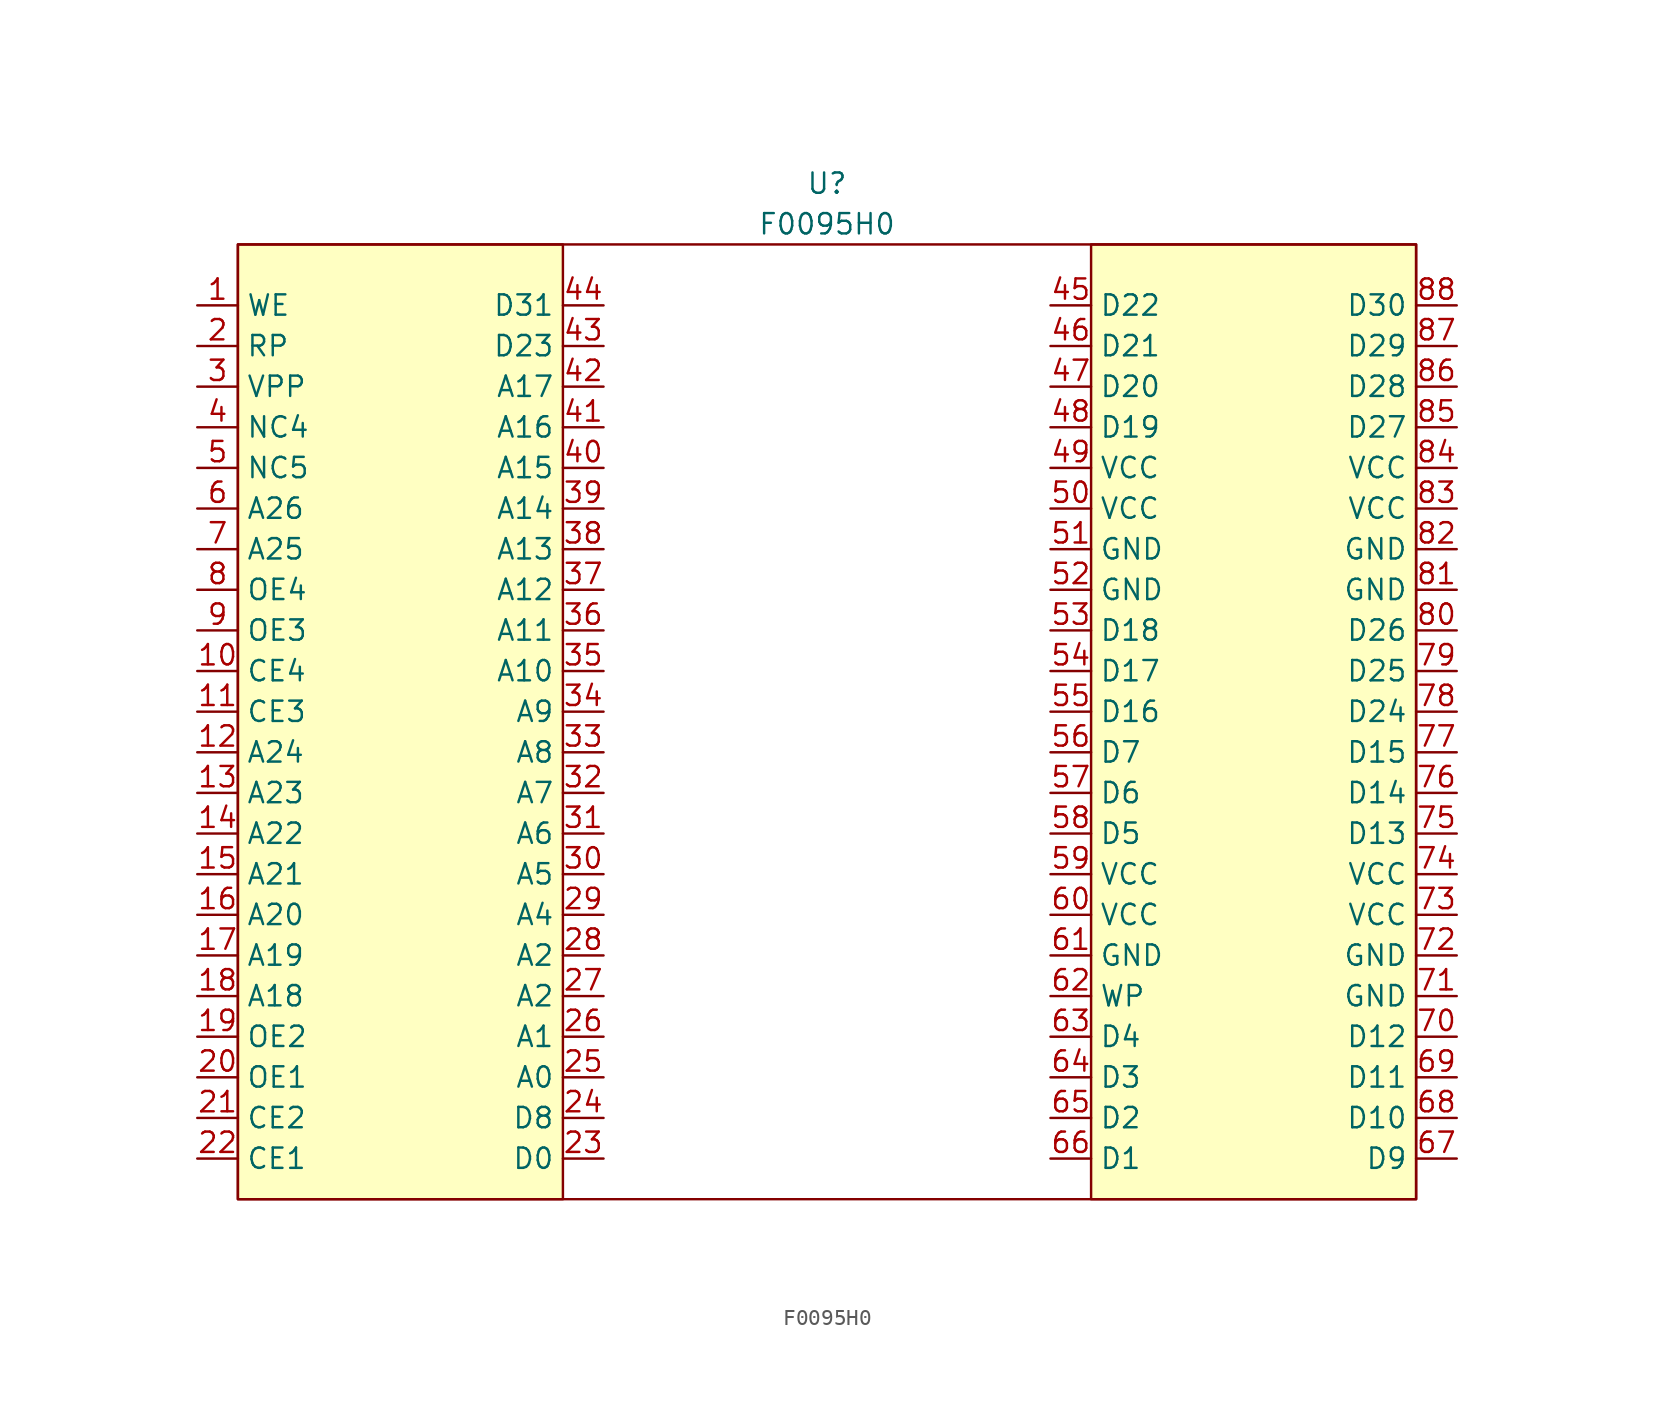
<source format=kicad_sym>
(kicad_symbol_lib
  (version 20220914)
  (generator kicad_symbol_editor)
  (symbol "F0095H0"
    (property "Reference" "U"
      (at 0 34.29 0)
      (effects (font (size 1.27 1.27))))
    (property "Value" "F0095H0"
      (at 0 31.75 0)
      (effects (font (size 1.27 1.27))))
    (symbol "F0095H0_0_0"
      (pin input line (at -39.37 26.67 0) (length 2.54) (name "WE" (effects (font (size 1.27 1.27)))) (number "1" (effects (font (size 1.27 1.27)))))
      (pin input line (at -39.37 3.81 0) (length 2.54) (name "CE4" (effects (font (size 1.27 1.27)))) (number "10" (effects (font (size 1.27 1.27)))))
      (pin input line (at -39.37 1.27 0) (length 2.54) (name "CE3" (effects (font (size 1.27 1.27)))) (number "11" (effects (font (size 1.27 1.27)))))
      (pin input line (at -39.37 -1.27 0) (length 2.54) (name "A24" (effects (font (size 1.27 1.27)))) (number "12" (effects (font (size 1.27 1.27)))))
      (pin input line (at -39.37 -3.81 0) (length 2.54) (name "A23" (effects (font (size 1.27 1.27)))) (number "13" (effects (font (size 1.27 1.27)))))
      (pin input line (at -39.37 -6.35 0) (length 2.54) (name "A22" (effects (font (size 1.27 1.27)))) (number "14" (effects (font (size 1.27 1.27)))))
      (pin input line (at -39.37 -8.89 0) (length 2.54) (name "A21" (effects (font (size 1.27 1.27)))) (number "15" (effects (font (size 1.27 1.27)))))
      (pin input line (at -39.37 -11.43 0) (length 2.54) (name "A20" (effects (font (size 1.27 1.27)))) (number "16" (effects (font (size 1.27 1.27)))))
      (pin input line (at -39.37 -13.97 0) (length 2.54) (name "A19" (effects (font (size 1.27 1.27)))) (number "17" (effects (font (size 1.27 1.27)))))
      (pin input line (at -39.37 -16.51 0) (length 2.54) (name "A18" (effects (font (size 1.27 1.27)))) (number "18" (effects (font (size 1.27 1.27)))))
      (pin input line (at -39.37 -19.05 0) (length 2.54) (name "OE2" (effects (font (size 1.27 1.27)))) (number "19" (effects (font (size 1.27 1.27)))))
      (pin input line (at -39.37 24.13 0) (length 2.54) (name "RP" (effects (font (size 1.27 1.27)))) (number "2" (effects (font (size 1.27 1.27)))))
      (pin input line (at -39.37 -21.59 0) (length 2.54) (name "OE1" (effects (font (size 1.27 1.27)))) (number "20" (effects (font (size 1.27 1.27)))))
      (pin input line (at -39.37 -24.13 0) (length 2.54) (name "CE2" (effects (font (size 1.27 1.27)))) (number "21" (effects (font (size 1.27 1.27)))))
      (pin input line (at -39.37 -26.67 0) (length 2.54) (name "CE1" (effects (font (size 1.27 1.27)))) (number "22" (effects (font (size 1.27 1.27)))))
      (pin input line (at -13.97 -26.67 180) (length 2.54) (name "D0" (effects (font (size 1.27 1.27)))) (number "23" (effects (font (size 1.27 1.27)))))
      (pin input line (at -13.97 -24.13 180) (length 2.54) (name "D8" (effects (font (size 1.27 1.27)))) (number "24" (effects (font (size 1.27 1.27)))))
      (pin input line (at -13.97 -21.59 180) (length 2.54) (name "A0" (effects (font (size 1.27 1.27)))) (number "25" (effects (font (size 1.27 1.27)))))
      (pin input line (at -13.97 -19.05 180) (length 2.54) (name "A1" (effects (font (size 1.27 1.27)))) (number "26" (effects (font (size 1.27 1.27)))))
      (pin input line (at -13.97 -16.51 180) (length 2.54) (name "A2" (effects (font (size 1.27 1.27)))) (number "27" (effects (font (size 1.27 1.27)))))
      (pin input line (at -13.97 -13.97 180) (length 2.54) (name "A2" (effects (font (size 1.27 1.27)))) (number "28" (effects (font (size 1.27 1.27)))))
      (pin input line (at -13.97 -11.43 180) (length 2.54) (name "A4" (effects (font (size 1.27 1.27)))) (number "29" (effects (font (size 1.27 1.27)))))
      (pin input line (at -39.37 21.59 0) (length 2.54) (name "VPP" (effects (font (size 1.27 1.27)))) (number "3" (effects (font (size 1.27 1.27)))))
      (pin input line (at -13.97 -8.89 180) (length 2.54) (name "A5" (effects (font (size 1.27 1.27)))) (number "30" (effects (font (size 1.27 1.27)))))
      (pin input line (at -13.97 -6.35 180) (length 2.54) (name "A6" (effects (font (size 1.27 1.27)))) (number "31" (effects (font (size 1.27 1.27)))))
      (pin input line (at -13.97 -3.81 180) (length 2.54) (name "A7" (effects (font (size 1.27 1.27)))) (number "32" (effects (font (size 1.27 1.27)))))
      (pin input line (at -13.97 -1.27 180) (length 2.54) (name "A8" (effects (font (size 1.27 1.27)))) (number "33" (effects (font (size 1.27 1.27)))))
      (pin input line (at -13.97 1.27 180) (length 2.54) (name "A9" (effects (font (size 1.27 1.27)))) (number "34" (effects (font (size 1.27 1.27)))))
      (pin input line (at -13.97 3.81 180) (length 2.54) (name "A10" (effects (font (size 1.27 1.27)))) (number "35" (effects (font (size 1.27 1.27)))))
      (pin input line (at -13.97 6.35 180) (length 2.54) (name "A11" (effects (font (size 1.27 1.27)))) (number "36" (effects (font (size 1.27 1.27)))))
      (pin input line (at -13.97 8.89 180) (length 2.54) (name "A12" (effects (font (size 1.27 1.27)))) (number "37" (effects (font (size 1.27 1.27)))))
      (pin input line (at -13.97 11.43 180) (length 2.54) (name "A13" (effects (font (size 1.27 1.27)))) (number "38" (effects (font (size 1.27 1.27)))))
      (pin input line (at -13.97 13.97 180) (length 2.54) (name "A14" (effects (font (size 1.27 1.27)))) (number "39" (effects (font (size 1.27 1.27)))))
      (pin input line (at -13.97 16.51 180) (length 2.54) (name "A15" (effects (font (size 1.27 1.27)))) (number "40" (effects (font (size 1.27 1.27)))))
      (pin input line (at -13.97 19.05 180) (length 2.54) (name "A16" (effects (font (size 1.27 1.27)))) (number "41" (effects (font (size 1.27 1.27)))))
      (pin input line (at -13.97 21.59 180) (length 2.54) (name "A17" (effects (font (size 1.27 1.27)))) (number "42" (effects (font (size 1.27 1.27)))))
      (pin bidirectional line (at -13.97 24.13 180) (length 2.54) (name "D23" (effects (font (size 1.27 1.27)))) (number "43" (effects (font (size 1.27 1.27)))))
      (pin bidirectional line (at -13.97 26.67 180) (length 2.54) (name "D31" (effects (font (size 1.27 1.27)))) (number "44" (effects (font (size 1.27 1.27)))))
      (pin bidirectional line (at 13.97 26.67 0) (length 2.54) (name "D22" (effects (font (size 1.27 1.27)))) (number "45" (effects (font (size 1.27 1.27)))))
      (pin bidirectional line (at 13.97 24.13 0) (length 2.54) (name "D21" (effects (font (size 1.27 1.27)))) (number "46" (effects (font (size 1.27 1.27)))))
      (pin bidirectional line (at 13.97 21.59 0) (length 2.54) (name "D20" (effects (font (size 1.27 1.27)))) (number "47" (effects (font (size 1.27 1.27)))))
      (pin bidirectional line (at 13.97 19.05 0) (length 2.54) (name "D19" (effects (font (size 1.27 1.27)))) (number "48" (effects (font (size 1.27 1.27)))))
      (pin power_in line (at 13.97 16.51 0) (length 2.54) (name "VCC" (effects (font (size 1.27 1.27)))) (number "49" (effects (font (size 1.27 1.27)))))
      (pin power_in line (at 13.97 13.97 0) (length 2.54) (name "VCC" (effects (font (size 1.27 1.27)))) (number "50" (effects (font (size 1.27 1.27)))))
      (pin power_in line (at 13.97 11.43 0) (length 2.54) (name "GND" (effects (font (size 1.27 1.27)))) (number "51" (effects (font (size 1.27 1.27)))))
      (pin power_in line (at 13.97 8.89 0) (length 2.54) (name "GND" (effects (font (size 1.27 1.27)))) (number "52" (effects (font (size 1.27 1.27)))))
      (pin bidirectional line (at 13.97 6.35 0) (length 2.54) (name "D18" (effects (font (size 1.27 1.27)))) (number "53" (effects (font (size 1.27 1.27)))))
      (pin bidirectional line (at 13.97 3.81 0) (length 2.54) (name "D17" (effects (font (size 1.27 1.27)))) (number "54" (effects (font (size 1.27 1.27)))))
      (pin bidirectional line (at 13.97 1.27 0) (length 2.54) (name "D16" (effects (font (size 1.27 1.27)))) (number "55" (effects (font (size 1.27 1.27)))))
      (pin bidirectional line (at 13.97 -1.27 0) (length 2.54) (name "D7" (effects (font (size 1.27 1.27)))) (number "56" (effects (font (size 1.27 1.27)))))
      (pin bidirectional line (at 13.97 -3.81 0) (length 2.54) (name "D6" (effects (font (size 1.27 1.27)))) (number "57" (effects (font (size 1.27 1.27)))))
      (pin bidirectional line (at 13.97 -6.35 0) (length 2.54) (name "D5" (effects (font (size 1.27 1.27)))) (number "58" (effects (font (size 1.27 1.27)))))
      (pin power_in line (at 13.97 -8.89 0) (length 2.54) (name "VCC" (effects (font (size 1.27 1.27)))) (number "59" (effects (font (size 1.27 1.27)))))
      (pin input line (at -39.37 13.97 0) (length 2.54) (name "A26" (effects (font (size 1.27 1.27)))) (number "6" (effects (font (size 1.27 1.27)))))
      (pin power_in line (at 13.97 -11.43 0) (length 2.54) (name "VCC" (effects (font (size 1.27 1.27)))) (number "60" (effects (font (size 1.27 1.27)))))
      (pin power_in line (at 13.97 -13.97 0) (length 2.54) (name "GND" (effects (font (size 1.27 1.27)))) (number "61" (effects (font (size 1.27 1.27)))))
      (pin input line (at 13.97 -16.51 0) (length 2.54) (name "WP" (effects (font (size 1.27 1.27)))) (number "62" (effects (font (size 1.27 1.27)))))
      (pin bidirectional line (at 13.97 -19.05 0) (length 2.54) (name "D4" (effects (font (size 1.27 1.27)))) (number "63" (effects (font (size 1.27 1.27)))))
      (pin bidirectional line (at 13.97 -21.59 0) (length 2.54) (name "D3" (effects (font (size 1.27 1.27)))) (number "64" (effects (font (size 1.27 1.27)))))
      (pin bidirectional line (at 13.97 -24.13 0) (length 2.54) (name "D2" (effects (font (size 1.27 1.27)))) (number "65" (effects (font (size 1.27 1.27)))))
      (pin bidirectional line (at 13.97 -26.67 0) (length 2.54) (name "D1" (effects (font (size 1.27 1.27)))) (number "66" (effects (font (size 1.27 1.27)))))
      (pin bidirectional line (at 39.37 -26.67 180) (length 2.54) (name "D9" (effects (font (size 1.27 1.27)))) (number "67" (effects (font (size 1.27 1.27)))))
      (pin bidirectional line (at 39.37 -24.13 180) (length 2.54) (name "D10" (effects (font (size 1.27 1.27)))) (number "68" (effects (font (size 1.27 1.27)))))
      (pin bidirectional line (at 39.37 -21.59 180) (length 2.54) (name "D11" (effects (font (size 1.27 1.27)))) (number "69" (effects (font (size 1.27 1.27)))))
      (pin input line (at -39.37 11.43 0) (length 2.54) (name "A25" (effects (font (size 1.27 1.27)))) (number "7" (effects (font (size 1.27 1.27)))))
      (pin bidirectional line (at 39.37 -19.05 180) (length 2.54) (name "D12" (effects (font (size 1.27 1.27)))) (number "70" (effects (font (size 1.27 1.27)))))
      (pin power_in line (at 39.37 -16.51 180) (length 2.54) (name "GND" (effects (font (size 1.27 1.27)))) (number "71" (effects (font (size 1.27 1.27)))))
      (pin power_in line (at 39.37 -13.97 180) (length 2.54) (name "GND" (effects (font (size 1.27 1.27)))) (number "72" (effects (font (size 1.27 1.27)))))
      (pin power_in line (at 39.37 -11.43 180) (length 2.54) (name "VCC" (effects (font (size 1.27 1.27)))) (number "73" (effects (font (size 1.27 1.27)))))
      (pin power_in line (at 39.37 -8.89 180) (length 2.54) (name "VCC" (effects (font (size 1.27 1.27)))) (number "74" (effects (font (size 1.27 1.27)))))
      (pin bidirectional line (at 39.37 -6.35 180) (length 2.54) (name "D13" (effects (font (size 1.27 1.27)))) (number "75" (effects (font (size 1.27 1.27)))))
      (pin bidirectional line (at 39.37 -3.81 180) (length 2.54) (name "D14" (effects (font (size 1.27 1.27)))) (number "76" (effects (font (size 1.27 1.27)))))
      (pin bidirectional line (at 39.37 -1.27 180) (length 2.54) (name "D15" (effects (font (size 1.27 1.27)))) (number "77" (effects (font (size 1.27 1.27)))))
      (pin bidirectional line (at 39.37 1.27 180) (length 2.54) (name "D24" (effects (font (size 1.27 1.27)))) (number "78" (effects (font (size 1.27 1.27)))))
      (pin bidirectional line (at 39.37 3.81 180) (length 2.54) (name "D25" (effects (font (size 1.27 1.27)))) (number "79" (effects (font (size 1.27 1.27)))))
      (pin input line (at -39.37 8.89 0) (length 2.54) (name "OE4" (effects (font (size 1.27 1.27)))) (number "8" (effects (font (size 1.27 1.27)))))
      (pin bidirectional line (at 39.37 6.35 180) (length 2.54) (name "D26" (effects (font (size 1.27 1.27)))) (number "80" (effects (font (size 1.27 1.27)))))
      (pin power_in line (at 39.37 8.89 180) (length 2.54) (name "GND" (effects (font (size 1.27 1.27)))) (number "81" (effects (font (size 1.27 1.27)))))
      (pin power_in line (at 39.37 11.43 180) (length 2.54) (name "GND" (effects (font (size 1.27 1.27)))) (number "82" (effects (font (size 1.27 1.27)))))
      (pin power_in line (at 39.37 13.97 180) (length 2.54) (name "VCC" (effects (font (size 1.27 1.27)))) (number "83" (effects (font (size 1.27 1.27)))))
      (pin power_in line (at 39.37 16.51 180) (length 2.54) (name "VCC" (effects (font (size 1.27 1.27)))) (number "84" (effects (font (size 1.27 1.27)))))
      (pin bidirectional line (at 39.37 19.05 180) (length 2.54) (name "D27" (effects (font (size 1.27 1.27)))) (number "85" (effects (font (size 1.27 1.27)))))
      (pin bidirectional line (at 39.37 21.59 180) (length 2.54) (name "D28" (effects (font (size 1.27 1.27)))) (number "86" (effects (font (size 1.27 1.27)))))
      (pin bidirectional line (at 39.37 24.13 180) (length 2.54) (name "D29" (effects (font (size 1.27 1.27)))) (number "87" (effects (font (size 1.27 1.27)))))
      (pin bidirectional line (at 39.37 26.67 180) (length 2.54) (name "D30" (effects (font (size 1.27 1.27)))) (number "88" (effects (font (size 1.27 1.27)))))
      (pin input line (at -39.37 6.35 0) (length 2.54) (name "OE3" (effects (font (size 1.27 1.27)))) (number "9" (effects (font (size 1.27 1.27))))))
    (symbol "F0095H0_1_0"
      (pin passive line (at -39.37 19.05 0) (length 2.54) (name "NC4" (effects (font (size 1.27 1.27)))) (number "4" (effects (font (size 1.27 1.27)))))
      (pin passive line (at -39.37 16.51 0) (length 2.54) (name "NC5" (effects (font (size 1.27 1.27)))) (number "5" (effects (font (size 1.27 1.27))))))
    (symbol "F0095H0_1_1"
      (rectangle (start -36.83 30.48) (end -16.51 -29.21) (stroke (width 0) (type default)) (fill (type background)))
      (rectangle (start -36.83 30.48) (end 36.83 -29.21) (stroke (width 0) (type default)) (fill (type none)))
      (rectangle (start 16.51 30.48) (end 36.83 -29.21) (stroke (width 0) (type default)) (fill (type background))))))
</source>
